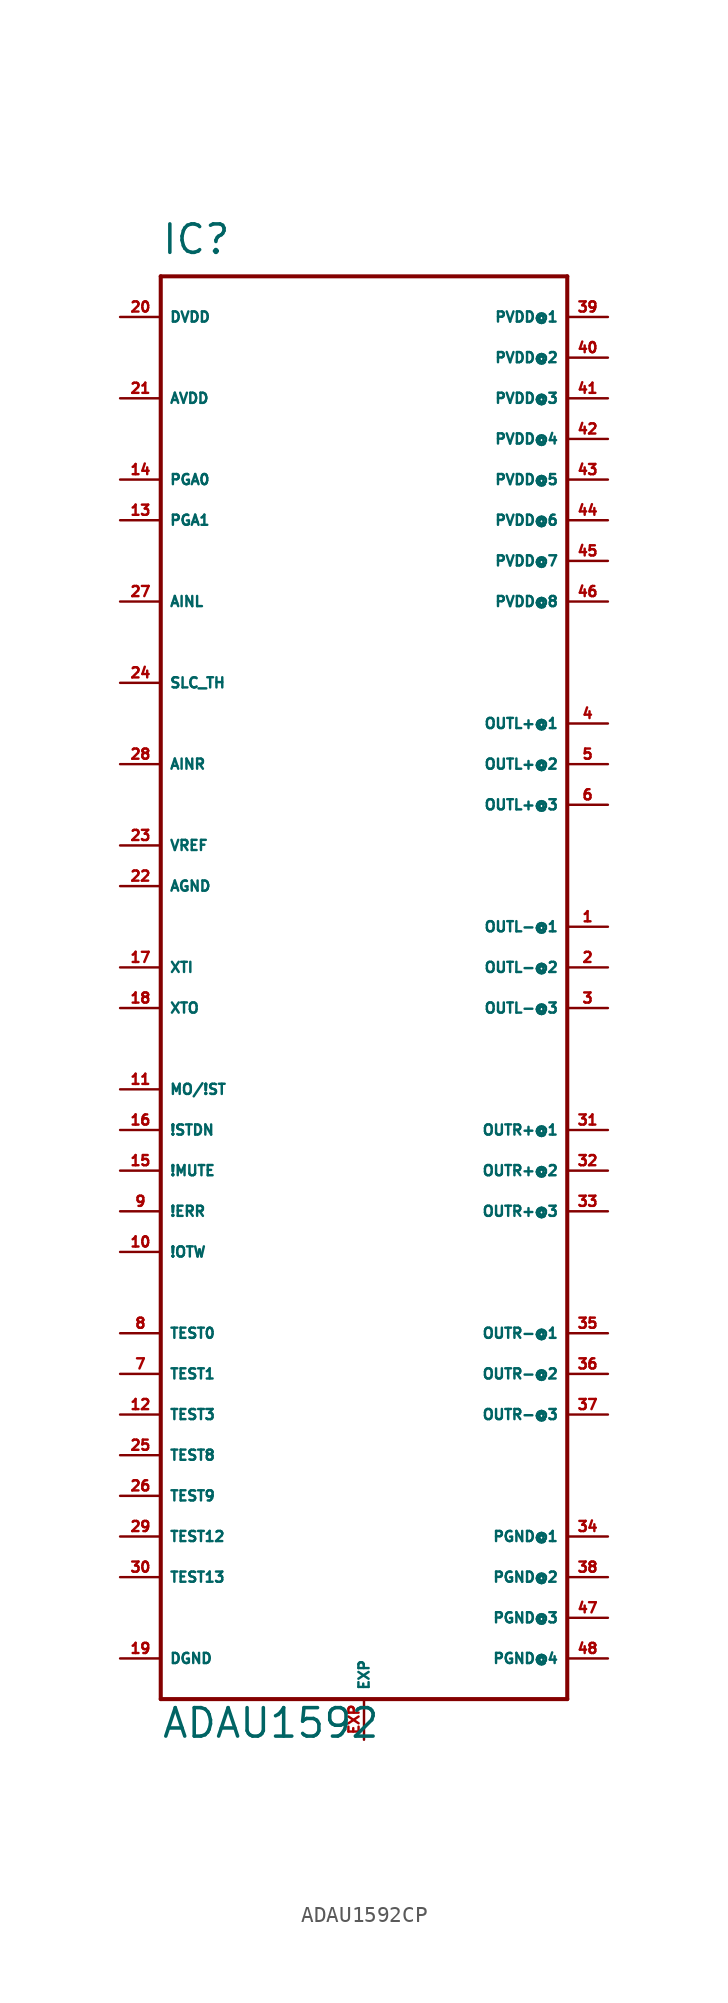
<source format=kicad_sym>
(kicad_symbol_lib
  (version 20220914)
  (generator Eagle2Kicad)
  (symbol "ADAU1592CP"
    (property "Reference" "IC"
      (at -12.7 44.45 0)
      (effects (font (size 1.778 1.778) (thickness 0.22)) (justify left bottom)))
    (property "Value" "ADAU1592"
      (at -12.7 -48.26 0)
      (effects (font (size 1.778 1.778) (thickness 0.22)) (justify left bottom)))
    (polyline
      (pts (xy -12.7 43.18) (xy 12.7 43.18))
      (stroke (width 0.254) (type default))
      (fill (type none)))
    (polyline
      (pts (xy 12.7 43.18) (xy 12.7 -45.72))
      (stroke (width 0.254) (type default))
      (fill (type none)))
    (polyline
      (pts (xy 12.7 -45.72) (xy -12.7 -45.72))
      (stroke (width 0.254) (type default))
      (fill (type none)))
    (polyline
      (pts (xy -12.7 -45.72) (xy -12.7 43.18))
      (stroke (width 0.254) (type default))
      (fill (type none)))
    (pin input line
      (at -15.24 22.86 0)
      (length 2.54)
      (name "AINL" (effects (font (size 0.635 0.635) (thickness 0.08)) (justify left bottom)))
      (number "27" (effects (font (size 0.635 0.635) (thickness 0.08)) (justify left bottom))))
    (pin input line
      (at -15.24 12.7 0)
      (length 2.54)
      (name "AINR" (effects (font (size 0.635 0.635) (thickness 0.08)) (justify left bottom)))
      (number "28" (effects (font (size 0.635 0.635) (thickness 0.08)) (justify left bottom))))
    (pin input line
      (at -15.24 17.78 0)
      (length 2.54)
      (name "SLC_TH" (effects (font (size 0.635 0.635) (thickness 0.08)) (justify left bottom)))
      (number "24" (effects (font (size 0.635 0.635) (thickness 0.08)) (justify left bottom))))
    (pin input line
      (at -15.24 35.56 0)
      (length 2.54)
      (name "AVDD" (effects (font (size 0.635 0.635) (thickness 0.08)) (justify left bottom)))
      (number "21" (effects (font (size 0.635 0.635) (thickness 0.08)) (justify left bottom))))
    (pin input line
      (at -15.24 7.62 0)
      (length 2.54)
      (name "VREF" (effects (font (size 0.635 0.635) (thickness 0.08)) (justify left bottom)))
      (number "23" (effects (font (size 0.635 0.635) (thickness 0.08)) (justify left bottom))))
    (pin input line
      (at -15.24 5.08 0)
      (length 2.54)
      (name "AGND" (effects (font (size 0.635 0.635) (thickness 0.08)) (justify left bottom)))
      (number "22" (effects (font (size 0.635 0.635) (thickness 0.08)) (justify left bottom))))
    (pin input line
      (at -15.24 40.64 0)
      (length 2.54)
      (name "DVDD" (effects (font (size 0.635 0.635) (thickness 0.08)) (justify left bottom)))
      (number "20" (effects (font (size 0.635 0.635) (thickness 0.08)) (justify left bottom))))
    (pin input line
      (at -15.24 -43.18 0)
      (length 2.54)
      (name "DGND" (effects (font (size 0.635 0.635) (thickness 0.08)) (justify left bottom)))
      (number "19" (effects (font (size 0.635 0.635) (thickness 0.08)) (justify left bottom))))
    (pin input line
      (at 15.24 40.64 180)
      (length 2.54)
      (name "PVDD@1" (effects (font (size 0.635 0.635) (thickness 0.08)) (justify left bottom)))
      (number "39" (effects (font (size 0.635 0.635) (thickness 0.08)) (justify left bottom))))
    (pin input line
      (at 15.24 38.1 180)
      (length 2.54)
      (name "PVDD@2" (effects (font (size 0.635 0.635) (thickness 0.08)) (justify left bottom)))
      (number "40" (effects (font (size 0.635 0.635) (thickness 0.08)) (justify left bottom))))
    (pin input line
      (at 15.24 35.56 180)
      (length 2.54)
      (name "PVDD@3" (effects (font (size 0.635 0.635) (thickness 0.08)) (justify left bottom)))
      (number "41" (effects (font (size 0.635 0.635) (thickness 0.08)) (justify left bottom))))
    (pin input line
      (at 15.24 33.02 180)
      (length 2.54)
      (name "PVDD@4" (effects (font (size 0.635 0.635) (thickness 0.08)) (justify left bottom)))
      (number "42" (effects (font (size 0.635 0.635) (thickness 0.08)) (justify left bottom))))
    (pin input line
      (at 15.24 -35.56 180)
      (length 2.54)
      (name "PGND@1" (effects (font (size 0.635 0.635) (thickness 0.08)) (justify left bottom)))
      (number "34" (effects (font (size 0.635 0.635) (thickness 0.08)) (justify left bottom))))
    (pin input line
      (at 15.24 -38.1 180)
      (length 2.54)
      (name "PGND@2" (effects (font (size 0.635 0.635) (thickness 0.08)) (justify left bottom)))
      (number "38" (effects (font (size 0.635 0.635) (thickness 0.08)) (justify left bottom))))
    (pin input line
      (at 15.24 -40.64 180)
      (length 2.54)
      (name "PGND@3" (effects (font (size 0.635 0.635) (thickness 0.08)) (justify left bottom)))
      (number "47" (effects (font (size 0.635 0.635) (thickness 0.08)) (justify left bottom))))
    (pin input line
      (at 15.24 -43.18 180)
      (length 2.54)
      (name "PGND@4" (effects (font (size 0.635 0.635) (thickness 0.08)) (justify left bottom)))
      (number "48" (effects (font (size 0.635 0.635) (thickness 0.08)) (justify left bottom))))
    (pin passive line
      (at 15.24 15.24 180)
      (length 2.54)
      (name "OUTL+@1" (effects (font (size 0.635 0.635) (thickness 0.08)) (justify left bottom)))
      (number "4" (effects (font (size 0.635 0.635) (thickness 0.08)) (justify left bottom))))
    (pin passive line
      (at 15.24 2.54 180)
      (length 2.54)
      (name "OUTL-@1" (effects (font (size 0.635 0.635) (thickness 0.08)) (justify left bottom)))
      (number "1" (effects (font (size 0.635 0.635) (thickness 0.08)) (justify left bottom))))
    (pin passive line
      (at 15.24 -10.16 180)
      (length 2.54)
      (name "OUTR+@1" (effects (font (size 0.635 0.635) (thickness 0.08)) (justify left bottom)))
      (number "31" (effects (font (size 0.635 0.635) (thickness 0.08)) (justify left bottom))))
    (pin passive line
      (at 15.24 -22.86 180)
      (length 2.54)
      (name "OUTR-@1" (effects (font (size 0.635 0.635) (thickness 0.08)) (justify left bottom)))
      (number "35" (effects (font (size 0.635 0.635) (thickness 0.08)) (justify left bottom))))
    (pin input line
      (at -15.24 0 0)
      (length 2.54)
      (name "XTI" (effects (font (size 0.635 0.635) (thickness 0.08)) (justify left bottom)))
      (number "17" (effects (font (size 0.635 0.635) (thickness 0.08)) (justify left bottom))))
    (pin output line
      (at -15.24 -2.54 0)
      (length 2.54)
      (name "XTO" (effects (font (size 0.635 0.635) (thickness 0.08)) (justify left bottom)))
      (number "18" (effects (font (size 0.635 0.635) (thickness 0.08)) (justify left bottom))))
    (pin input line
      (at -15.24 -7.62 0)
      (length 2.54)
      (name "MO/!ST" (effects (font (size 0.635 0.635) (thickness 0.08)) (justify left bottom)))
      (number "11" (effects (font (size 0.635 0.635) (thickness 0.08)) (justify left bottom))))
    (pin input line
      (at -15.24 -10.16 0)
      (length 2.54)
      (name "!STDN" (effects (font (size 0.635 0.635) (thickness 0.08)) (justify left bottom)))
      (number "16" (effects (font (size 0.635 0.635) (thickness 0.08)) (justify left bottom))))
    (pin input line
      (at -15.24 -12.7 0)
      (length 2.54)
      (name "!MUTE" (effects (font (size 0.635 0.635) (thickness 0.08)) (justify left bottom)))
      (number "15" (effects (font (size 0.635 0.635) (thickness 0.08)) (justify left bottom))))
    (pin output line
      (at -15.24 -15.24 0)
      (length 2.54)
      (name "!ERR" (effects (font (size 0.635 0.635) (thickness 0.08)) (justify left bottom)))
      (number "9" (effects (font (size 0.635 0.635) (thickness 0.08)) (justify left bottom))))
    (pin output line
      (at -15.24 -17.78 0)
      (length 2.54)
      (name "!OTW" (effects (font (size 0.635 0.635) (thickness 0.08)) (justify left bottom)))
      (number "10" (effects (font (size 0.635 0.635) (thickness 0.08)) (justify left bottom))))
    (pin input line
      (at -15.24 30.48 0)
      (length 2.54)
      (name "PGA0" (effects (font (size 0.635 0.635) (thickness 0.08)) (justify left bottom)))
      (number "14" (effects (font (size 0.635 0.635) (thickness 0.08)) (justify left bottom))))
    (pin input line
      (at -15.24 27.94 0)
      (length 2.54)
      (name "PGA1" (effects (font (size 0.635 0.635) (thickness 0.08)) (justify left bottom)))
      (number "13" (effects (font (size 0.635 0.635) (thickness 0.08)) (justify left bottom))))
    (pin output line
      (at 15.24 12.7 180)
      (length 2.54)
      (name "OUTL+@2" (effects (font (size 0.635 0.635) (thickness 0.08)) (justify left bottom)))
      (number "5" (effects (font (size 0.635 0.635) (thickness 0.08)) (justify left bottom))))
    (pin passive line
      (at 15.24 10.16 180)
      (length 2.54)
      (name "OUTL+@3" (effects (font (size 0.635 0.635) (thickness 0.08)) (justify left bottom)))
      (number "6" (effects (font (size 0.635 0.635) (thickness 0.08)) (justify left bottom))))
    (pin output line
      (at 15.24 0 180)
      (length 2.54)
      (name "OUTL-@2" (effects (font (size 0.635 0.635) (thickness 0.08)) (justify left bottom)))
      (number "2" (effects (font (size 0.635 0.635) (thickness 0.08)) (justify left bottom))))
    (pin passive line
      (at 15.24 -2.54 180)
      (length 2.54)
      (name "OUTL-@3" (effects (font (size 0.635 0.635) (thickness 0.08)) (justify left bottom)))
      (number "3" (effects (font (size 0.635 0.635) (thickness 0.08)) (justify left bottom))))
    (pin output line
      (at 15.24 -12.7 180)
      (length 2.54)
      (name "OUTR+@2" (effects (font (size 0.635 0.635) (thickness 0.08)) (justify left bottom)))
      (number "32" (effects (font (size 0.635 0.635) (thickness 0.08)) (justify left bottom))))
    (pin passive line
      (at 15.24 -15.24 180)
      (length 2.54)
      (name "OUTR+@3" (effects (font (size 0.635 0.635) (thickness 0.08)) (justify left bottom)))
      (number "33" (effects (font (size 0.635 0.635) (thickness 0.08)) (justify left bottom))))
    (pin output line
      (at 15.24 -25.4 180)
      (length 2.54)
      (name "OUTR-@2" (effects (font (size 0.635 0.635) (thickness 0.08)) (justify left bottom)))
      (number "36" (effects (font (size 0.635 0.635) (thickness 0.08)) (justify left bottom))))
    (pin passive line
      (at 15.24 -27.94 180)
      (length 2.54)
      (name "OUTR-@3" (effects (font (size 0.635 0.635) (thickness 0.08)) (justify left bottom)))
      (number "37" (effects (font (size 0.635 0.635) (thickness 0.08)) (justify left bottom))))
    (pin input line
      (at -15.24 -22.86 0)
      (length 2.54)
      (name "TEST0" (effects (font (size 0.635 0.635) (thickness 0.08)) (justify left bottom)))
      (number "8" (effects (font (size 0.635 0.635) (thickness 0.08)) (justify left bottom))))
    (pin input line
      (at -15.24 -25.4 0)
      (length 2.54)
      (name "TEST1" (effects (font (size 0.635 0.635) (thickness 0.08)) (justify left bottom)))
      (number "7" (effects (font (size 0.635 0.635) (thickness 0.08)) (justify left bottom))))
    (pin input line
      (at -15.24 -27.94 0)
      (length 2.54)
      (name "TEST3" (effects (font (size 0.635 0.635) (thickness 0.08)) (justify left bottom)))
      (number "12" (effects (font (size 0.635 0.635) (thickness 0.08)) (justify left bottom))))
    (pin input line
      (at -15.24 -30.48 0)
      (length 2.54)
      (name "TEST8" (effects (font (size 0.635 0.635) (thickness 0.08)) (justify left bottom)))
      (number "25" (effects (font (size 0.635 0.635) (thickness 0.08)) (justify left bottom))))
    (pin input line
      (at -15.24 -33.02 0)
      (length 2.54)
      (name "TEST9" (effects (font (size 0.635 0.635) (thickness 0.08)) (justify left bottom)))
      (number "26" (effects (font (size 0.635 0.635) (thickness 0.08)) (justify left bottom))))
    (pin input line
      (at -15.24 -35.56 0)
      (length 2.54)
      (name "TEST12" (effects (font (size 0.635 0.635) (thickness 0.08)) (justify left bottom)))
      (number "29" (effects (font (size 0.635 0.635) (thickness 0.08)) (justify left bottom))))
    (pin input line
      (at -15.24 -38.1 0)
      (length 2.54)
      (name "TEST13" (effects (font (size 0.635 0.635) (thickness 0.08)) (justify left bottom)))
      (number "30" (effects (font (size 0.635 0.635) (thickness 0.08)) (justify left bottom))))
    (pin input line
      (at 15.24 30.48 180)
      (length 2.54)
      (name "PVDD@5" (effects (font (size 0.635 0.635) (thickness 0.08)) (justify left bottom)))
      (number "43" (effects (font (size 0.635 0.635) (thickness 0.08)) (justify left bottom))))
    (pin input line
      (at 15.24 27.94 180)
      (length 2.54)
      (name "PVDD@6" (effects (font (size 0.635 0.635) (thickness 0.08)) (justify left bottom)))
      (number "44" (effects (font (size 0.635 0.635) (thickness 0.08)) (justify left bottom))))
    (pin input line
      (at 15.24 25.4 180)
      (length 2.54)
      (name "PVDD@7" (effects (font (size 0.635 0.635) (thickness 0.08)) (justify left bottom)))
      (number "45" (effects (font (size 0.635 0.635) (thickness 0.08)) (justify left bottom))))
    (pin input line
      (at 15.24 22.86 180)
      (length 2.54)
      (name "PVDD@8" (effects (font (size 0.635 0.635) (thickness 0.08)) (justify left bottom)))
      (number "46" (effects (font (size 0.635 0.635) (thickness 0.08)) (justify left bottom))))
    (pin passive line
      (at 0 -48.26 90)
      (length 2.54)
      (name "EXP" (effects (font (size 0.635 0.635) (thickness 0.08)) (justify left bottom)))
      (number "EXP" (effects (font (size 0.635 0.635) (thickness 0.08)) (justify left bottom))))))
</source>
